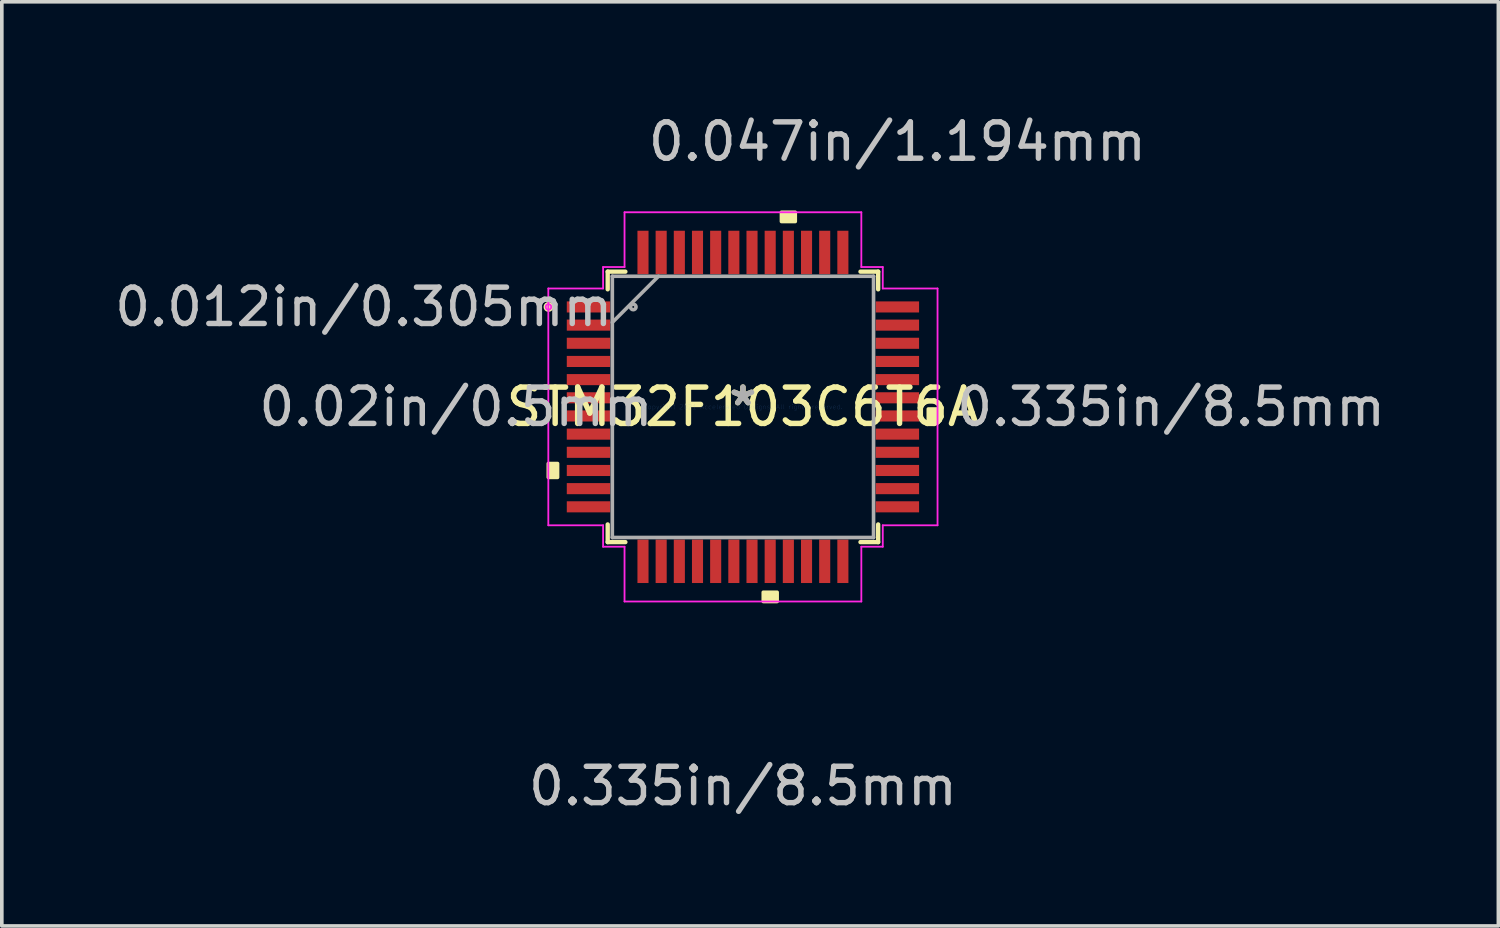
<source format=kicad_pcb>
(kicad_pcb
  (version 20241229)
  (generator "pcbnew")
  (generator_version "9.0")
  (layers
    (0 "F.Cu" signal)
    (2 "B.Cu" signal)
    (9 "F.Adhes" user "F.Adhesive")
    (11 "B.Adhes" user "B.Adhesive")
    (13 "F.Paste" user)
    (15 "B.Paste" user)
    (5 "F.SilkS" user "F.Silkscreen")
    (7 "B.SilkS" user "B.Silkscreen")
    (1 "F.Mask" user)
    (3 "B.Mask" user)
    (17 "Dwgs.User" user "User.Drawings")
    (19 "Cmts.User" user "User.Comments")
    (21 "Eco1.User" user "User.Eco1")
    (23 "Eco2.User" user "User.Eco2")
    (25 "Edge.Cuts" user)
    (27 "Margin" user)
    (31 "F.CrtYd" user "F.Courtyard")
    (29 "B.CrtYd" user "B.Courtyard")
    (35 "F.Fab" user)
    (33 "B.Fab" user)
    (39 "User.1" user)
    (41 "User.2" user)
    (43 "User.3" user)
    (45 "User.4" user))
  (footprint "STM32F103C6T6A"
    (layer "F.Cu")
    (at 17.393 8.146)
    (property "Reference" "STM32F103C6T6A" (at 0 0 0) (layer "F.SilkS") (effects (font (size 1 1) (thickness 0.15))))
    (attr through_hole)
    (fp_line (start -3.721 -3.721) (end -3.721 -3.235) (stroke (width 0.12) (type solid)) (layer "F.SilkS"))
    (fp_line (start -3.721 3.235) (end -3.721 3.721) (stroke (width 0.12) (type solid)) (layer "F.SilkS"))
    (fp_line (start -3.721 3.721) (end -3.235 3.721) (stroke (width 0.12) (type solid)) (layer "F.SilkS"))
    (fp_line (start -3.235 -3.721) (end -3.721 -3.721) (stroke (width 0.12) (type solid)) (layer "F.SilkS"))
    (fp_line (start 3.235 3.721) (end 3.721 3.721) (stroke (width 0.12) (type solid)) (layer "F.SilkS"))
    (fp_line (start 3.721 -3.721) (end 3.235 -3.721) (stroke (width 0.12) (type solid)) (layer "F.SilkS"))
    (fp_line (start 3.721 -3.235) (end 3.721 -3.721) (stroke (width 0.12) (type solid)) (layer "F.SilkS"))
    (fp_line (start 3.721 3.721) (end 3.721 3.235) (stroke (width 0.12) (type solid)) (layer "F.SilkS"))
    (fp_circle (center -5.351 -2.75) (end -5.275 -2.75) (stroke (width 0.12) (type solid)) (fill no) (layer "F.SilkS"))
    (fp_poly (pts (xy -5.355 1.559) (xy -5.355 1.94) (xy -5.101 1.94) (xy -5.101 1.559)) (stroke (width 0.1) (type solid)) (fill yes) (layer "F.SilkS"))
    (fp_poly (pts (xy 0.56 5.101) (xy 0.56 5.355) (xy 0.941 5.355) (xy 0.941 5.101)) (stroke (width 0.1) (type solid)) (fill yes) (layer "F.SilkS"))
    (fp_poly (pts (xy 1.06 -5.101) (xy 1.06 -5.355) (xy 1.44 -5.355) (xy 1.44 -5.101)) (stroke (width 0.1) (type solid)) (fill yes) (layer "F.SilkS"))
    (fp_poly (pts (xy 5.355 0.059) (xy 5.355 0.441) (xy 5.101 0.441) (xy 5.101 0.059)) (stroke (width 0.1) (type solid)) (fill yes) (layer "F.SilkS"))
    (fp_line (start -5.355 -3.258) (end -3.848 -3.258) (stroke (width 0.05) (type solid)) (layer "F.CrtYd"))
    (fp_line (start -5.355 3.258) (end -5.355 -3.258) (stroke (width 0.05) (type solid)) (layer "F.CrtYd"))
    (fp_line (start -3.848 -3.848) (end -3.258 -3.848) (stroke (width 0.05) (type solid)) (layer "F.CrtYd"))
    (fp_line (start -3.848 -3.258) (end -3.848 -3.848) (stroke (width 0.05) (type solid)) (layer "F.CrtYd"))
    (fp_line (start -3.848 3.258) (end -5.355 3.258) (stroke (width 0.05) (type solid)) (layer "F.CrtYd"))
    (fp_line (start -3.848 3.848) (end -3.848 3.258) (stroke (width 0.05) (type solid)) (layer "F.CrtYd"))
    (fp_line (start -3.258 -5.355) (end 3.258 -5.355) (stroke (width 0.05) (type solid)) (layer "F.CrtYd"))
    (fp_line (start -3.258 -3.848) (end -3.258 -5.355) (stroke (width 0.05) (type solid)) (layer "F.CrtYd"))
    (fp_line (start -3.258 3.848) (end -3.848 3.848) (stroke (width 0.05) (type solid)) (layer "F.CrtYd"))
    (fp_line (start -3.258 5.355) (end -3.258 3.848) (stroke (width 0.05) (type solid)) (layer "F.CrtYd"))
    (fp_line (start 3.258 -5.355) (end 3.258 -3.848) (stroke (width 0.05) (type solid)) (layer "F.CrtYd"))
    (fp_line (start 3.258 -3.848) (end 3.848 -3.848) (stroke (width 0.05) (type solid)) (layer "F.CrtYd"))
    (fp_line (start 3.258 3.848) (end 3.258 5.355) (stroke (width 0.05) (type solid)) (layer "F.CrtYd"))
    (fp_line (start 3.258 5.355) (end -3.258 5.355) (stroke (width 0.05) (type solid)) (layer "F.CrtYd"))
    (fp_line (start 3.848 -3.848) (end 3.848 -3.258) (stroke (width 0.05) (type solid)) (layer "F.CrtYd"))
    (fp_line (start 3.848 -3.258) (end 5.355 -3.258) (stroke (width 0.05) (type solid)) (layer "F.CrtYd"))
    (fp_line (start 3.848 3.258) (end 3.848 3.848) (stroke (width 0.05) (type solid)) (layer "F.CrtYd"))
    (fp_line (start 3.848 3.848) (end 3.258 3.848) (stroke (width 0.05) (type solid)) (layer "F.CrtYd"))
    (fp_line (start 5.355 -3.258) (end 5.355 3.258) (stroke (width 0.05) (type solid)) (layer "F.CrtYd"))
    (fp_line (start 5.355 3.258) (end 3.848 3.258) (stroke (width 0.05) (type solid)) (layer "F.CrtYd"))
    (fp_circle (center -5.351 -2.75) (end -5.275 -2.75) (stroke (width 0.05) (type solid)) (fill no) (layer "F.CrtYd"))
    (fp_line (start -3.594 -3.594) (end -3.594 3.594) (stroke (width 0.1) (type solid)) (layer "F.Fab"))
    (fp_line (start -3.594 -2.324) (end -2.324 -3.594) (stroke (width 0.1) (type solid)) (layer "F.Fab"))
    (fp_line (start -3.594 3.594) (end 3.594 3.594) (stroke (width 0.1) (type solid)) (layer "F.Fab"))
    (fp_line (start 3.594 -3.594) (end -3.594 -3.594) (stroke (width 0.1) (type solid)) (layer "F.Fab"))
    (fp_line (start 3.594 3.594) (end 3.594 -3.594) (stroke (width 0.1) (type solid)) (layer "F.Fab"))
    (fp_circle (center -3.018 -2.75) (end -2.942 -2.75) (stroke (width 0.1) (type solid)) (fill no) (layer "F.Fab"))
    (fp_text user "*" (at 0 0 0) (layer "F.SilkS") (effects (font (size 1 1) (thickness 0.15))))
    (fp_text user "0.335in/8.5mm" (at 0 10.435 0) (layer "Dwgs.User") (effects (font (size 1 1) (thickness 0.15))))
    (fp_text user "0.335in/8.5mm" (at 11.781 0 0) (layer "Dwgs.User") (effects (font (size 1 1) (thickness 0.15))))
    (fp_text user "0.012in/0.305mm" (at -10.435 -2.75 0) (layer "Dwgs.User") (effects (font (size 1 1) (thickness 0.15))))
    (fp_text user "0.047in/1.194mm" (at 4.25 -7.298 0) (layer "Dwgs.User") (effects (font (size 1 1) (thickness 0.15))))
    (fp_text user "0.02in/0.5mm" (at -7.895 0 0) (layer "Dwgs.User") (effects (font (size 1 1) (thickness 0.15))))
    (fp_text user "Copyright 2021 Accelerated Designs. All rights reserved." (at 0 0 0) (layer "Cmts.User") (effects (font (size 0.127 0.127) (thickness 0.002))))
    (fp_text user "*" (at 0 0 0) (layer "F.Fab") (effects (font (size 1 1) (thickness 0.15))))
    (pad "1" smd rect (at -4.25 -2.75) (size 1.194 0.305) (layers "F.Cu" "F.Mask" "F.Paste"))
    (pad "2" smd rect (at -4.25 -2.25) (size 1.194 0.305) (layers "F.Cu" "F.Mask" "F.Paste"))
    (pad "3" smd rect (at -4.25 -1.75) (size 1.194 0.305) (layers "F.Cu" "F.Mask" "F.Paste"))
    (pad "4" smd rect (at -4.25 -1.25) (size 1.194 0.305) (layers "F.Cu" "F.Mask" "F.Paste"))
    (pad "5" smd rect (at -4.25 -0.75) (size 1.194 0.305) (layers "F.Cu" "F.Mask" "F.Paste"))
    (pad "6" smd rect (at -4.25 -0.25) (size 1.194 0.305) (layers "F.Cu" "F.Mask" "F.Paste"))
    (pad "7" smd rect (at -4.25 0.25) (size 1.194 0.305) (layers "F.Cu" "F.Mask" "F.Paste"))
    (pad "8" smd rect (at -4.25 0.75) (size 1.194 0.305) (layers "F.Cu" "F.Mask" "F.Paste"))
    (pad "9" smd rect (at -4.25 1.25) (size 1.194 0.305) (layers "F.Cu" "F.Mask" "F.Paste"))
    (pad "10" smd rect (at -4.25 1.75) (size 1.194 0.305) (layers "F.Cu" "F.Mask" "F.Paste"))
    (pad "11" smd rect (at -4.25 2.25) (size 1.194 0.305) (layers "F.Cu" "F.Mask" "F.Paste"))
    (pad "12" smd rect (at -4.25 2.75) (size 1.194 0.305) (layers "F.Cu" "F.Mask" "F.Paste"))
    (pad "13" smd rect (at -2.75 4.25 90) (size 1.194 0.305) (layers "F.Cu" "F.Mask" "F.Paste"))
    (pad "14" smd rect (at -2.25 4.25 90) (size 1.194 0.305) (layers "F.Cu" "F.Mask" "F.Paste"))
    (pad "15" smd rect (at -1.75 4.25 90) (size 1.194 0.305) (layers "F.Cu" "F.Mask" "F.Paste"))
    (pad "16" smd rect (at -1.25 4.25 90) (size 1.194 0.305) (layers "F.Cu" "F.Mask" "F.Paste"))
    (pad "17" smd rect (at -0.75 4.25 90) (size 1.194 0.305) (layers "F.Cu" "F.Mask" "F.Paste"))
    (pad "18" smd rect (at -0.25 4.25 90) (size 1.194 0.305) (layers "F.Cu" "F.Mask" "F.Paste"))
    (pad "19" smd rect (at 0.25 4.25 90) (size 1.194 0.305) (layers "F.Cu" "F.Mask" "F.Paste"))
    (pad "20" smd rect (at 0.75 4.25 90) (size 1.194 0.305) (layers "F.Cu" "F.Mask" "F.Paste"))
    (pad "21" smd rect (at 1.25 4.25 90) (size 1.194 0.305) (layers "F.Cu" "F.Mask" "F.Paste"))
    (pad "22" smd rect (at 1.75 4.25 90) (size 1.194 0.305) (layers "F.Cu" "F.Mask" "F.Paste"))
    (pad "23" smd rect (at 2.25 4.25 90) (size 1.194 0.305) (layers "F.Cu" "F.Mask" "F.Paste"))
    (pad "24" smd rect (at 2.75 4.25 90) (size 1.194 0.305) (layers "F.Cu" "F.Mask" "F.Paste"))
    (pad "25" smd rect (at 4.25 2.75) (size 1.194 0.305) (layers "F.Cu" "F.Mask" "F.Paste"))
    (pad "26" smd rect (at 4.25 2.25) (size 1.194 0.305) (layers "F.Cu" "F.Mask" "F.Paste"))
    (pad "27" smd rect (at 4.25 1.75) (size 1.194 0.305) (layers "F.Cu" "F.Mask" "F.Paste"))
    (pad "28" smd rect (at 4.25 1.25) (size 1.194 0.305) (layers "F.Cu" "F.Mask" "F.Paste"))
    (pad "29" smd rect (at 4.25 0.75) (size 1.194 0.305) (layers "F.Cu" "F.Mask" "F.Paste"))
    (pad "30" smd rect (at 4.25 0.25) (size 1.194 0.305) (layers "F.Cu" "F.Mask" "F.Paste"))
    (pad "31" smd rect (at 4.25 -0.25) (size 1.194 0.305) (layers "F.Cu" "F.Mask" "F.Paste"))
    (pad "32" smd rect (at 4.25 -0.75) (size 1.194 0.305) (layers "F.Cu" "F.Mask" "F.Paste"))
    (pad "33" smd rect (at 4.25 -1.25) (size 1.194 0.305) (layers "F.Cu" "F.Mask" "F.Paste"))
    (pad "34" smd rect (at 4.25 -1.75) (size 1.194 0.305) (layers "F.Cu" "F.Mask" "F.Paste"))
    (pad "35" smd rect (at 4.25 -2.25) (size 1.194 0.305) (layers "F.Cu" "F.Mask" "F.Paste"))
    (pad "36" smd rect (at 4.25 -2.75) (size 1.194 0.305) (layers "F.Cu" "F.Mask" "F.Paste"))
    (pad "37" smd rect (at 2.75 -4.25 90) (size 1.194 0.305) (layers "F.Cu" "F.Mask" "F.Paste"))
    (pad "38" smd rect (at 2.25 -4.25 90) (size 1.194 0.305) (layers "F.Cu" "F.Mask" "F.Paste"))
    (pad "39" smd rect (at 1.75 -4.25 90) (size 1.194 0.305) (layers "F.Cu" "F.Mask" "F.Paste"))
    (pad "40" smd rect (at 1.25 -4.25 90) (size 1.194 0.305) (layers "F.Cu" "F.Mask" "F.Paste"))
    (pad "41" smd rect (at 0.75 -4.25 90) (size 1.194 0.305) (layers "F.Cu" "F.Mask" "F.Paste"))
    (pad "42" smd rect (at 0.25 -4.25 90) (size 1.194 0.305) (layers "F.Cu" "F.Mask" "F.Paste"))
    (pad "43" smd rect (at -0.25 -4.25 90) (size 1.194 0.305) (layers "F.Cu" "F.Mask" "F.Paste"))
    (pad "44" smd rect (at -0.75 -4.25 90) (size 1.194 0.305) (layers "F.Cu" "F.Mask" "F.Paste"))
    (pad "45" smd rect (at -1.25 -4.25 90) (size 1.194 0.305) (layers "F.Cu" "F.Mask" "F.Paste"))
    (pad "46" smd rect (at -1.75 -4.25 90) (size 1.194 0.305) (layers "F.Cu" "F.Mask" "F.Paste"))
    (pad "47" smd rect (at -2.25 -4.25 90) (size 1.194 0.305) (layers "F.Cu" "F.Mask" "F.Paste"))
    (pad "48" smd rect (at -2.75 -4.25 90) (size 1.194 0.305) (layers "F.Cu" "F.Mask" "F.Paste")))
  (gr_rect
    (start -3 -3)
    (end 38.18 22.429)
    (stroke (width 0.1) (type default))
    (fill no)
    (layer "Edge.Cuts")))
</source>
